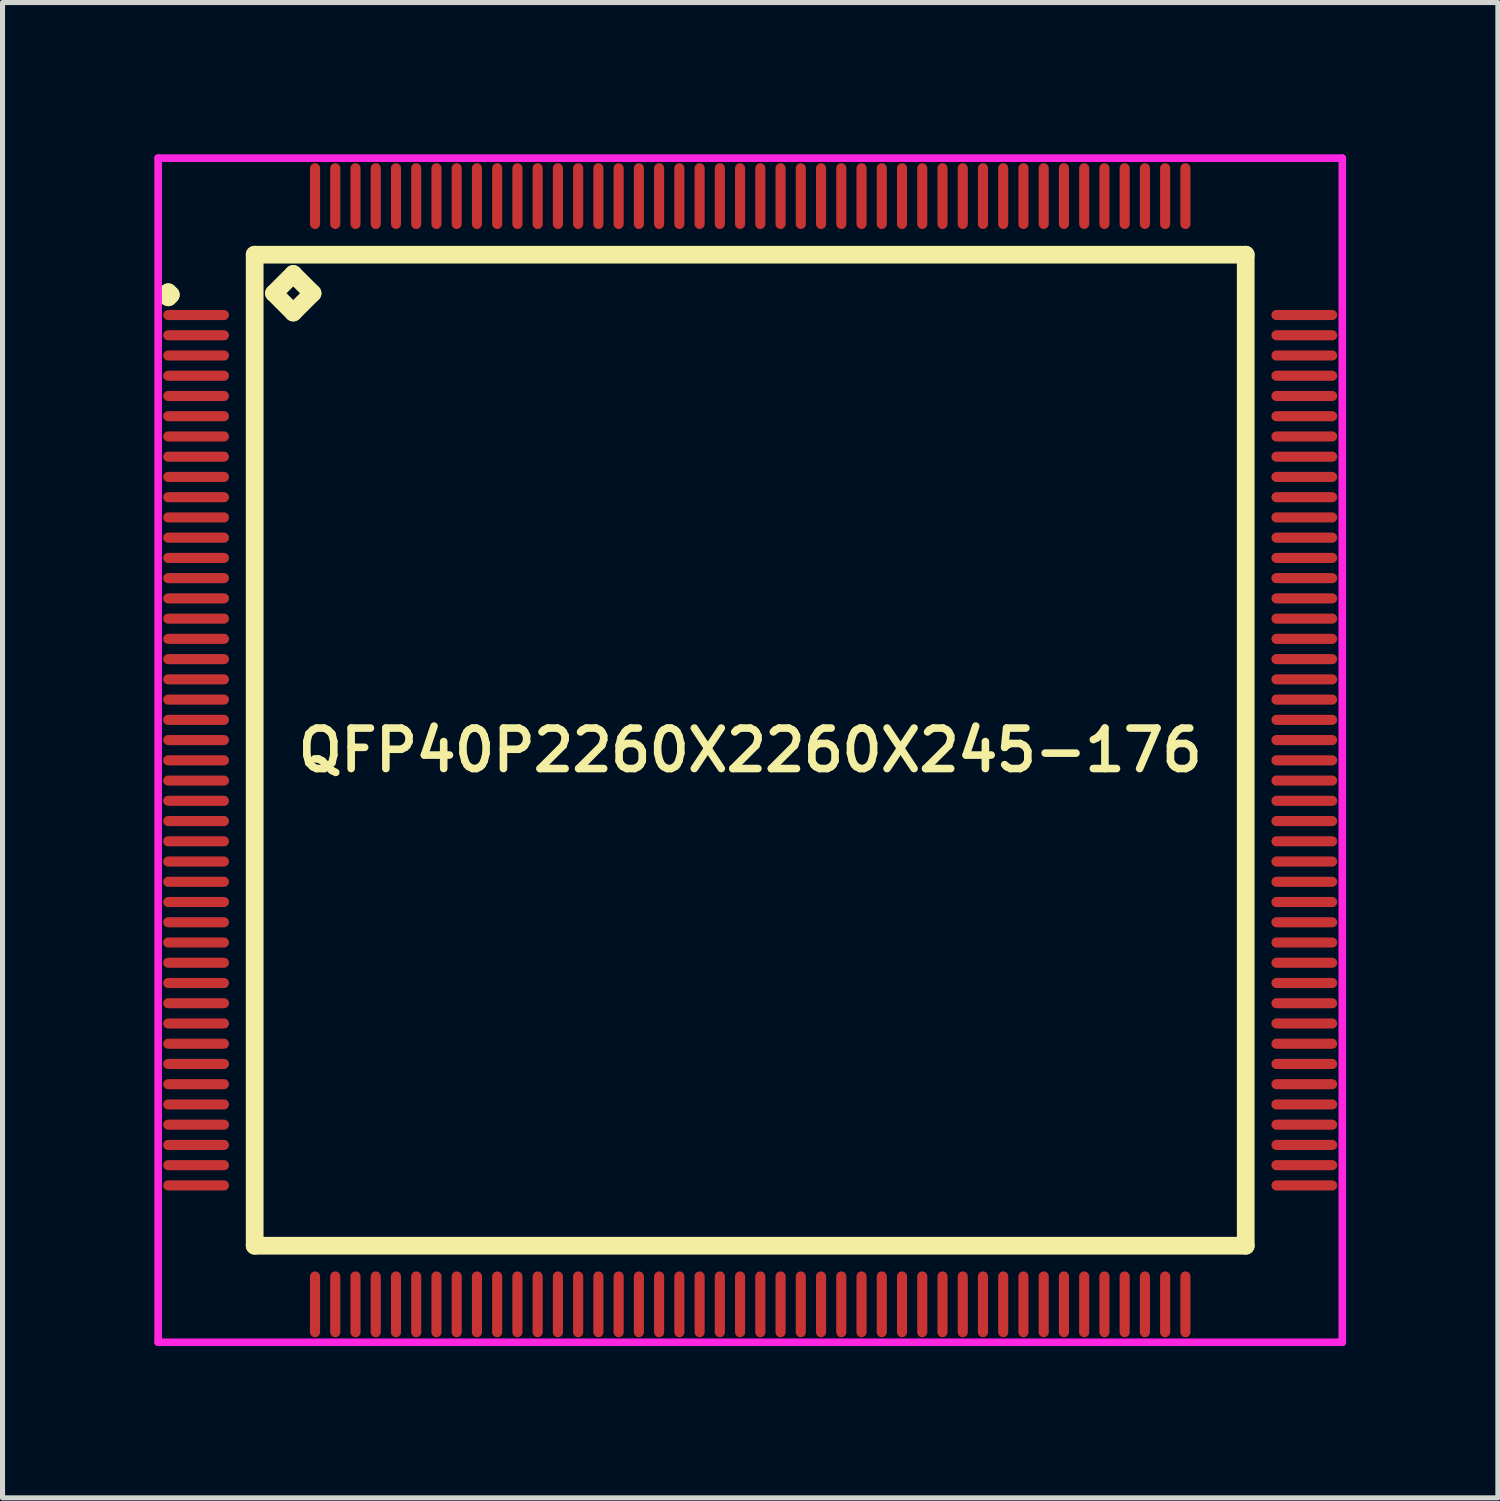
<source format=kicad_pcb>
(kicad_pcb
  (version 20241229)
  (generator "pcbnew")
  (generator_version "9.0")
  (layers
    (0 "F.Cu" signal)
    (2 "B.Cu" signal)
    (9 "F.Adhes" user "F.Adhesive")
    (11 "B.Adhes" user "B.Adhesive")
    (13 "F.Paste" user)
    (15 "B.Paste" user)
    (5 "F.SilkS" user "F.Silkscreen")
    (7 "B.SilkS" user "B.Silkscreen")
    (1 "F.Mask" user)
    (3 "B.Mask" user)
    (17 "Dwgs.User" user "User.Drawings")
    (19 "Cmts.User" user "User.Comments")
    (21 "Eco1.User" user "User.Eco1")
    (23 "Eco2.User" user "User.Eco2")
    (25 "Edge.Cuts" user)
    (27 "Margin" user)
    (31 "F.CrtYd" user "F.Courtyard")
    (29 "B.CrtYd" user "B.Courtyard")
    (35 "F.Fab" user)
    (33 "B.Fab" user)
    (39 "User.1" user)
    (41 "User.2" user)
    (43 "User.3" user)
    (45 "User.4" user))
  (footprint "QFP40P2260X2260X245-176"
    (layer "F.Cu")
    (at 11.775 11.775)
    (property "Reference" "QFP40P2260X2260X245-176" (at 0 0 0) (layer "F.SilkS") (effects (font (size 0.8 0.8) (thickness 0.15))))
    (attr smd)
    (fp_line (start -11.55 -9) (end -11.5 -9.05) (stroke (width 0.35) (type solid)) (layer "F.SilkS"))
    (fp_line (start -11.5 -9.05) (end -11.45 -9) (stroke (width 0.35) (type solid)) (layer "F.SilkS"))
    (fp_line (start -11.5 -8.95) (end -11.55 -9) (stroke (width 0.35) (type solid)) (layer "F.SilkS"))
    (fp_line (start -11.45 -9) (end -11.5 -8.95) (stroke (width 0.35) (type solid)) (layer "F.SilkS"))
    (fp_line (start -9.792 -9.792) (end -9.792 9.792) (stroke (width 0.35) (type solid)) (layer "F.SilkS"))
    (fp_line (start -9.792 9.792) (end 9.792 9.792) (stroke (width 0.35) (type solid)) (layer "F.SilkS"))
    (fp_line (start -9.411 -9.03) (end -9.03 -9.411) (stroke (width 0.35) (type solid)) (layer "F.SilkS"))
    (fp_line (start -9.03 -9.411) (end -8.649 -9.03) (stroke (width 0.35) (type solid)) (layer "F.SilkS"))
    (fp_line (start -9.03 -8.649) (end -9.411 -9.03) (stroke (width 0.35) (type solid)) (layer "F.SilkS"))
    (fp_line (start -8.649 -9.03) (end -9.03 -8.649) (stroke (width 0.35) (type solid)) (layer "F.SilkS"))
    (fp_line (start 9.792 -9.792) (end -9.792 -9.792) (stroke (width 0.35) (type solid)) (layer "F.SilkS"))
    (fp_line (start 9.792 9.792) (end 9.792 -9.792) (stroke (width 0.35) (type solid)) (layer "F.SilkS"))
    (fp_line (start -11.7 -11.7) (end 11.7 -11.7) (stroke (width 0.15) (type solid)) (layer "F.CrtYd"))
    (fp_line (start -11.7 11.7) (end -11.7 -11.7) (stroke (width 0.15) (type solid)) (layer "F.CrtYd"))
    (fp_line (start 11.7 -11.7) (end 11.7 11.7) (stroke (width 0.15) (type solid)) (layer "F.CrtYd"))
    (fp_line (start 11.7 11.7) (end -11.7 11.7) (stroke (width 0.15) (type solid)) (layer "F.CrtYd"))
    (pad "1" smd oval (at -10.95 -8.6) (size 1.3 0.2) (layers "F.Cu" "F.Mask" "F.Paste"))
    (pad "2" smd oval (at -10.95 -8.2) (size 1.3 0.2) (layers "F.Cu" "F.Mask" "F.Paste"))
    (pad "3" smd oval (at -10.95 -7.8) (size 1.3 0.2) (layers "F.Cu" "F.Mask" "F.Paste"))
    (pad "4" smd oval (at -10.95 -7.4) (size 1.3 0.2) (layers "F.Cu" "F.Mask" "F.Paste"))
    (pad "5" smd oval (at -10.95 -7) (size 1.3 0.2) (layers "F.Cu" "F.Mask" "F.Paste"))
    (pad "6" smd oval (at -10.95 -6.6) (size 1.3 0.2) (layers "F.Cu" "F.Mask" "F.Paste"))
    (pad "7" smd oval (at -10.95 -6.2) (size 1.3 0.2) (layers "F.Cu" "F.Mask" "F.Paste"))
    (pad "8" smd oval (at -10.95 -5.8) (size 1.3 0.2) (layers "F.Cu" "F.Mask" "F.Paste"))
    (pad "9" smd oval (at -10.95 -5.4) (size 1.3 0.2) (layers "F.Cu" "F.Mask" "F.Paste"))
    (pad "10" smd oval (at -10.95 -5) (size 1.3 0.2) (layers "F.Cu" "F.Mask" "F.Paste"))
    (pad "11" smd oval (at -10.95 -4.6) (size 1.3 0.2) (layers "F.Cu" "F.Mask" "F.Paste"))
    (pad "12" smd oval (at -10.95 -4.2) (size 1.3 0.2) (layers "F.Cu" "F.Mask" "F.Paste"))
    (pad "13" smd oval (at -10.95 -3.8) (size 1.3 0.2) (layers "F.Cu" "F.Mask" "F.Paste"))
    (pad "14" smd oval (at -10.95 -3.4) (size 1.3 0.2) (layers "F.Cu" "F.Mask" "F.Paste"))
    (pad "15" smd oval (at -10.95 -3) (size 1.3 0.2) (layers "F.Cu" "F.Mask" "F.Paste"))
    (pad "16" smd oval (at -10.95 -2.6) (size 1.3 0.2) (layers "F.Cu" "F.Mask" "F.Paste"))
    (pad "17" smd oval (at -10.95 -2.2) (size 1.3 0.2) (layers "F.Cu" "F.Mask" "F.Paste"))
    (pad "18" smd oval (at -10.95 -1.8) (size 1.3 0.2) (layers "F.Cu" "F.Mask" "F.Paste"))
    (pad "19" smd oval (at -10.95 -1.4) (size 1.3 0.2) (layers "F.Cu" "F.Mask" "F.Paste"))
    (pad "20" smd oval (at -10.95 -1) (size 1.3 0.2) (layers "F.Cu" "F.Mask" "F.Paste"))
    (pad "21" smd oval (at -10.95 -0.6) (size 1.3 0.2) (layers "F.Cu" "F.Mask" "F.Paste"))
    (pad "22" smd oval (at -10.95 -0.2) (size 1.3 0.2) (layers "F.Cu" "F.Mask" "F.Paste"))
    (pad "23" smd oval (at -10.95 0.2) (size 1.3 0.2) (layers "F.Cu" "F.Mask" "F.Paste"))
    (pad "24" smd oval (at -10.95 0.6) (size 1.3 0.2) (layers "F.Cu" "F.Mask" "F.Paste"))
    (pad "25" smd oval (at -10.95 1) (size 1.3 0.2) (layers "F.Cu" "F.Mask" "F.Paste"))
    (pad "26" smd oval (at -10.95 1.4) (size 1.3 0.2) (layers "F.Cu" "F.Mask" "F.Paste"))
    (pad "27" smd oval (at -10.95 1.8) (size 1.3 0.2) (layers "F.Cu" "F.Mask" "F.Paste"))
    (pad "28" smd oval (at -10.95 2.2) (size 1.3 0.2) (layers "F.Cu" "F.Mask" "F.Paste"))
    (pad "29" smd oval (at -10.95 2.6) (size 1.3 0.2) (layers "F.Cu" "F.Mask" "F.Paste"))
    (pad "30" smd oval (at -10.95 3) (size 1.3 0.2) (layers "F.Cu" "F.Mask" "F.Paste"))
    (pad "31" smd oval (at -10.95 3.4) (size 1.3 0.2) (layers "F.Cu" "F.Mask" "F.Paste"))
    (pad "32" smd oval (at -10.95 3.8) (size 1.3 0.2) (layers "F.Cu" "F.Mask" "F.Paste"))
    (pad "33" smd oval (at -10.95 4.2) (size 1.3 0.2) (layers "F.Cu" "F.Mask" "F.Paste"))
    (pad "34" smd oval (at -10.95 4.6) (size 1.3 0.2) (layers "F.Cu" "F.Mask" "F.Paste"))
    (pad "35" smd oval (at -10.95 5) (size 1.3 0.2) (layers "F.Cu" "F.Mask" "F.Paste"))
    (pad "36" smd oval (at -10.95 5.4) (size 1.3 0.2) (layers "F.Cu" "F.Mask" "F.Paste"))
    (pad "37" smd oval (at -10.95 5.8) (size 1.3 0.2) (layers "F.Cu" "F.Mask" "F.Paste"))
    (pad "38" smd oval (at -10.95 6.2) (size 1.3 0.2) (layers "F.Cu" "F.Mask" "F.Paste"))
    (pad "39" smd oval (at -10.95 6.6) (size 1.3 0.2) (layers "F.Cu" "F.Mask" "F.Paste"))
    (pad "40" smd oval (at -10.95 7) (size 1.3 0.2) (layers "F.Cu" "F.Mask" "F.Paste"))
    (pad "41" smd oval (at -10.95 7.4) (size 1.3 0.2) (layers "F.Cu" "F.Mask" "F.Paste"))
    (pad "42" smd oval (at -10.95 7.8) (size 1.3 0.2) (layers "F.Cu" "F.Mask" "F.Paste"))
    (pad "43" smd oval (at -10.95 8.2) (size 1.3 0.2) (layers "F.Cu" "F.Mask" "F.Paste"))
    (pad "44" smd oval (at -10.95 8.6) (size 1.3 0.2) (layers "F.Cu" "F.Mask" "F.Paste"))
    (pad "45" smd oval (at -8.6 10.95) (size 0.2 1.3) (layers "F.Cu" "F.Mask" "F.Paste"))
    (pad "46" smd oval (at -8.2 10.95) (size 0.2 1.3) (layers "F.Cu" "F.Mask" "F.Paste"))
    (pad "47" smd oval (at -7.8 10.95) (size 0.2 1.3) (layers "F.Cu" "F.Mask" "F.Paste"))
    (pad "48" smd oval (at -7.4 10.95) (size 0.2 1.3) (layers "F.Cu" "F.Mask" "F.Paste"))
    (pad "49" smd oval (at -7 10.95) (size 0.2 1.3) (layers "F.Cu" "F.Mask" "F.Paste"))
    (pad "50" smd oval (at -6.6 10.95) (size 0.2 1.3) (layers "F.Cu" "F.Mask" "F.Paste"))
    (pad "51" smd oval (at -6.2 10.95) (size 0.2 1.3) (layers "F.Cu" "F.Mask" "F.Paste"))
    (pad "52" smd oval (at -5.8 10.95) (size 0.2 1.3) (layers "F.Cu" "F.Mask" "F.Paste"))
    (pad "53" smd oval (at -5.4 10.95) (size 0.2 1.3) (layers "F.Cu" "F.Mask" "F.Paste"))
    (pad "54" smd oval (at -5 10.95) (size 0.2 1.3) (layers "F.Cu" "F.Mask" "F.Paste"))
    (pad "55" smd oval (at -4.6 10.95) (size 0.2 1.3) (layers "F.Cu" "F.Mask" "F.Paste"))
    (pad "56" smd oval (at -4.2 10.95) (size 0.2 1.3) (layers "F.Cu" "F.Mask" "F.Paste"))
    (pad "57" smd oval (at -3.8 10.95) (size 0.2 1.3) (layers "F.Cu" "F.Mask" "F.Paste"))
    (pad "58" smd oval (at -3.4 10.95) (size 0.2 1.3) (layers "F.Cu" "F.Mask" "F.Paste"))
    (pad "59" smd oval (at -3 10.95) (size 0.2 1.3) (layers "F.Cu" "F.Mask" "F.Paste"))
    (pad "60" smd oval (at -2.6 10.95) (size 0.2 1.3) (layers "F.Cu" "F.Mask" "F.Paste"))
    (pad "61" smd oval (at -2.2 10.95) (size 0.2 1.3) (layers "F.Cu" "F.Mask" "F.Paste"))
    (pad "62" smd oval (at -1.8 10.95) (size 0.2 1.3) (layers "F.Cu" "F.Mask" "F.Paste"))
    (pad "63" smd oval (at -1.4 10.95) (size 0.2 1.3) (layers "F.Cu" "F.Mask" "F.Paste"))
    (pad "64" smd oval (at -1 10.95) (size 0.2 1.3) (layers "F.Cu" "F.Mask" "F.Paste"))
    (pad "65" smd oval (at -0.6 10.95) (size 0.2 1.3) (layers "F.Cu" "F.Mask" "F.Paste"))
    (pad "66" smd oval (at -0.2 10.95) (size 0.2 1.3) (layers "F.Cu" "F.Mask" "F.Paste"))
    (pad "67" smd oval (at 0.2 10.95) (size 0.2 1.3) (layers "F.Cu" "F.Mask" "F.Paste"))
    (pad "68" smd oval (at 0.6 10.95) (size 0.2 1.3) (layers "F.Cu" "F.Mask" "F.Paste"))
    (pad "69" smd oval (at 1 10.95) (size 0.2 1.3) (layers "F.Cu" "F.Mask" "F.Paste"))
    (pad "70" smd oval (at 1.4 10.95) (size 0.2 1.3) (layers "F.Cu" "F.Mask" "F.Paste"))
    (pad "71" smd oval (at 1.8 10.95) (size 0.2 1.3) (layers "F.Cu" "F.Mask" "F.Paste"))
    (pad "72" smd oval (at 2.2 10.95) (size 0.2 1.3) (layers "F.Cu" "F.Mask" "F.Paste"))
    (pad "73" smd oval (at 2.6 10.95) (size 0.2 1.3) (layers "F.Cu" "F.Mask" "F.Paste"))
    (pad "74" smd oval (at 3 10.95) (size 0.2 1.3) (layers "F.Cu" "F.Mask" "F.Paste"))
    (pad "75" smd oval (at 3.4 10.95) (size 0.2 1.3) (layers "F.Cu" "F.Mask" "F.Paste"))
    (pad "76" smd oval (at 3.8 10.95) (size 0.2 1.3) (layers "F.Cu" "F.Mask" "F.Paste"))
    (pad "77" smd oval (at 4.2 10.95) (size 0.2 1.3) (layers "F.Cu" "F.Mask" "F.Paste"))
    (pad "78" smd oval (at 4.6 10.95) (size 0.2 1.3) (layers "F.Cu" "F.Mask" "F.Paste"))
    (pad "79" smd oval (at 5 10.95) (size 0.2 1.3) (layers "F.Cu" "F.Mask" "F.Paste"))
    (pad "80" smd oval (at 5.4 10.95) (size 0.2 1.3) (layers "F.Cu" "F.Mask" "F.Paste"))
    (pad "81" smd oval (at 5.8 10.95) (size 0.2 1.3) (layers "F.Cu" "F.Mask" "F.Paste"))
    (pad "82" smd oval (at 6.2 10.95) (size 0.2 1.3) (layers "F.Cu" "F.Mask" "F.Paste"))
    (pad "83" smd oval (at 6.6 10.95) (size 0.2 1.3) (layers "F.Cu" "F.Mask" "F.Paste"))
    (pad "84" smd oval (at 7 10.95) (size 0.2 1.3) (layers "F.Cu" "F.Mask" "F.Paste"))
    (pad "85" smd oval (at 7.4 10.95) (size 0.2 1.3) (layers "F.Cu" "F.Mask" "F.Paste"))
    (pad "86" smd oval (at 7.8 10.95) (size 0.2 1.3) (layers "F.Cu" "F.Mask" "F.Paste"))
    (pad "87" smd oval (at 8.2 10.95) (size 0.2 1.3) (layers "F.Cu" "F.Mask" "F.Paste"))
    (pad "88" smd oval (at 8.6 10.95) (size 0.2 1.3) (layers "F.Cu" "F.Mask" "F.Paste"))
    (pad "89" smd oval (at 10.95 8.6) (size 1.3 0.2) (layers "F.Cu" "F.Mask" "F.Paste"))
    (pad "90" smd oval (at 10.95 8.2) (size 1.3 0.2) (layers "F.Cu" "F.Mask" "F.Paste"))
    (pad "91" smd oval (at 10.95 7.8) (size 1.3 0.2) (layers "F.Cu" "F.Mask" "F.Paste"))
    (pad "92" smd oval (at 10.95 7.4) (size 1.3 0.2) (layers "F.Cu" "F.Mask" "F.Paste"))
    (pad "93" smd oval (at 10.95 7) (size 1.3 0.2) (layers "F.Cu" "F.Mask" "F.Paste"))
    (pad "94" smd oval (at 10.95 6.6) (size 1.3 0.2) (layers "F.Cu" "F.Mask" "F.Paste"))
    (pad "95" smd oval (at 10.95 6.2) (size 1.3 0.2) (layers "F.Cu" "F.Mask" "F.Paste"))
    (pad "96" smd oval (at 10.95 5.8) (size 1.3 0.2) (layers "F.Cu" "F.Mask" "F.Paste"))
    (pad "97" smd oval (at 10.95 5.4) (size 1.3 0.2) (layers "F.Cu" "F.Mask" "F.Paste"))
    (pad "98" smd oval (at 10.95 5) (size 1.3 0.2) (layers "F.Cu" "F.Mask" "F.Paste"))
    (pad "99" smd oval (at 10.95 4.6) (size 1.3 0.2) (layers "F.Cu" "F.Mask" "F.Paste"))
    (pad "100" smd oval (at 10.95 4.2) (size 1.3 0.2) (layers "F.Cu" "F.Mask" "F.Paste"))
    (pad "101" smd oval (at 10.95 3.8) (size 1.3 0.2) (layers "F.Cu" "F.Mask" "F.Paste"))
    (pad "102" smd oval (at 10.95 3.4) (size 1.3 0.2) (layers "F.Cu" "F.Mask" "F.Paste"))
    (pad "103" smd oval (at 10.95 3) (size 1.3 0.2) (layers "F.Cu" "F.Mask" "F.Paste"))
    (pad "104" smd oval (at 10.95 2.6) (size 1.3 0.2) (layers "F.Cu" "F.Mask" "F.Paste"))
    (pad "105" smd oval (at 10.95 2.2) (size 1.3 0.2) (layers "F.Cu" "F.Mask" "F.Paste"))
    (pad "106" smd oval (at 10.95 1.8) (size 1.3 0.2) (layers "F.Cu" "F.Mask" "F.Paste"))
    (pad "107" smd oval (at 10.95 1.4) (size 1.3 0.2) (layers "F.Cu" "F.Mask" "F.Paste"))
    (pad "108" smd oval (at 10.95 1) (size 1.3 0.2) (layers "F.Cu" "F.Mask" "F.Paste"))
    (pad "109" smd oval (at 10.95 0.6) (size 1.3 0.2) (layers "F.Cu" "F.Mask" "F.Paste"))
    (pad "110" smd oval (at 10.95 0.2) (size 1.3 0.2) (layers "F.Cu" "F.Mask" "F.Paste"))
    (pad "111" smd oval (at 10.95 -0.2) (size 1.3 0.2) (layers "F.Cu" "F.Mask" "F.Paste"))
    (pad "112" smd oval (at 10.95 -0.6) (size 1.3 0.2) (layers "F.Cu" "F.Mask" "F.Paste"))
    (pad "113" smd oval (at 10.95 -1) (size 1.3 0.2) (layers "F.Cu" "F.Mask" "F.Paste"))
    (pad "114" smd oval (at 10.95 -1.4) (size 1.3 0.2) (layers "F.Cu" "F.Mask" "F.Paste"))
    (pad "115" smd oval (at 10.95 -1.8) (size 1.3 0.2) (layers "F.Cu" "F.Mask" "F.Paste"))
    (pad "116" smd oval (at 10.95 -2.2) (size 1.3 0.2) (layers "F.Cu" "F.Mask" "F.Paste"))
    (pad "117" smd oval (at 10.95 -2.6) (size 1.3 0.2) (layers "F.Cu" "F.Mask" "F.Paste"))
    (pad "118" smd oval (at 10.95 -3) (size 1.3 0.2) (layers "F.Cu" "F.Mask" "F.Paste"))
    (pad "119" smd oval (at 10.95 -3.4) (size 1.3 0.2) (layers "F.Cu" "F.Mask" "F.Paste"))
    (pad "120" smd oval (at 10.95 -3.8) (size 1.3 0.2) (layers "F.Cu" "F.Mask" "F.Paste"))
    (pad "121" smd oval (at 10.95 -4.2) (size 1.3 0.2) (layers "F.Cu" "F.Mask" "F.Paste"))
    (pad "122" smd oval (at 10.95 -4.6) (size 1.3 0.2) (layers "F.Cu" "F.Mask" "F.Paste"))
    (pad "123" smd oval (at 10.95 -5) (size 1.3 0.2) (layers "F.Cu" "F.Mask" "F.Paste"))
    (pad "124" smd oval (at 10.95 -5.4) (size 1.3 0.2) (layers "F.Cu" "F.Mask" "F.Paste"))
    (pad "125" smd oval (at 10.95 -5.8) (size 1.3 0.2) (layers "F.Cu" "F.Mask" "F.Paste"))
    (pad "126" smd oval (at 10.95 -6.2) (size 1.3 0.2) (layers "F.Cu" "F.Mask" "F.Paste"))
    (pad "127" smd oval (at 10.95 -6.6) (size 1.3 0.2) (layers "F.Cu" "F.Mask" "F.Paste"))
    (pad "128" smd oval (at 10.95 -7) (size 1.3 0.2) (layers "F.Cu" "F.Mask" "F.Paste"))
    (pad "129" smd oval (at 10.95 -7.4) (size 1.3 0.2) (layers "F.Cu" "F.Mask" "F.Paste"))
    (pad "130" smd oval (at 10.95 -7.8) (size 1.3 0.2) (layers "F.Cu" "F.Mask" "F.Paste"))
    (pad "131" smd oval (at 10.95 -8.2) (size 1.3 0.2) (layers "F.Cu" "F.Mask" "F.Paste"))
    (pad "132" smd oval (at 10.95 -8.6) (size 1.3 0.2) (layers "F.Cu" "F.Mask" "F.Paste"))
    (pad "133" smd oval (at 8.6 -10.95) (size 0.2 1.3) (layers "F.Cu" "F.Mask" "F.Paste"))
    (pad "134" smd oval (at 8.2 -10.95) (size 0.2 1.3) (layers "F.Cu" "F.Mask" "F.Paste"))
    (pad "135" smd oval (at 7.8 -10.95) (size 0.2 1.3) (layers "F.Cu" "F.Mask" "F.Paste"))
    (pad "136" smd oval (at 7.4 -10.95) (size 0.2 1.3) (layers "F.Cu" "F.Mask" "F.Paste"))
    (pad "137" smd oval (at 7 -10.95) (size 0.2 1.3) (layers "F.Cu" "F.Mask" "F.Paste"))
    (pad "138" smd oval (at 6.6 -10.95) (size 0.2 1.3) (layers "F.Cu" "F.Mask" "F.Paste"))
    (pad "139" smd oval (at 6.2 -10.95) (size 0.2 1.3) (layers "F.Cu" "F.Mask" "F.Paste"))
    (pad "140" smd oval (at 5.8 -10.95) (size 0.2 1.3) (layers "F.Cu" "F.Mask" "F.Paste"))
    (pad "141" smd oval (at 5.4 -10.95) (size 0.2 1.3) (layers "F.Cu" "F.Mask" "F.Paste"))
    (pad "142" smd oval (at 5 -10.95) (size 0.2 1.3) (layers "F.Cu" "F.Mask" "F.Paste"))
    (pad "143" smd oval (at 4.6 -10.95) (size 0.2 1.3) (layers "F.Cu" "F.Mask" "F.Paste"))
    (pad "144" smd oval (at 4.2 -10.95) (size 0.2 1.3) (layers "F.Cu" "F.Mask" "F.Paste"))
    (pad "145" smd oval (at 3.8 -10.95) (size 0.2 1.3) (layers "F.Cu" "F.Mask" "F.Paste"))
    (pad "146" smd oval (at 3.4 -10.95) (size 0.2 1.3) (layers "F.Cu" "F.Mask" "F.Paste"))
    (pad "147" smd oval (at 3 -10.95) (size 0.2 1.3) (layers "F.Cu" "F.Mask" "F.Paste"))
    (pad "148" smd oval (at 2.6 -10.95) (size 0.2 1.3) (layers "F.Cu" "F.Mask" "F.Paste"))
    (pad "149" smd oval (at 2.2 -10.95) (size 0.2 1.3) (layers "F.Cu" "F.Mask" "F.Paste"))
    (pad "150" smd oval (at 1.8 -10.95) (size 0.2 1.3) (layers "F.Cu" "F.Mask" "F.Paste"))
    (pad "151" smd oval (at 1.4 -10.95) (size 0.2 1.3) (layers "F.Cu" "F.Mask" "F.Paste"))
    (pad "152" smd oval (at 1 -10.95) (size 0.2 1.3) (layers "F.Cu" "F.Mask" "F.Paste"))
    (pad "153" smd oval (at 0.6 -10.95) (size 0.2 1.3) (layers "F.Cu" "F.Mask" "F.Paste"))
    (pad "154" smd oval (at 0.2 -10.95) (size 0.2 1.3) (layers "F.Cu" "F.Mask" "F.Paste"))
    (pad "155" smd oval (at -0.2 -10.95) (size 0.2 1.3) (layers "F.Cu" "F.Mask" "F.Paste"))
    (pad "156" smd oval (at -0.6 -10.95) (size 0.2 1.3) (layers "F.Cu" "F.Mask" "F.Paste"))
    (pad "157" smd oval (at -1 -10.95) (size 0.2 1.3) (layers "F.Cu" "F.Mask" "F.Paste"))
    (pad "158" smd oval (at -1.4 -10.95) (size 0.2 1.3) (layers "F.Cu" "F.Mask" "F.Paste"))
    (pad "159" smd oval (at -1.8 -10.95) (size 0.2 1.3) (layers "F.Cu" "F.Mask" "F.Paste"))
    (pad "160" smd oval (at -2.2 -10.95) (size 0.2 1.3) (layers "F.Cu" "F.Mask" "F.Paste"))
    (pad "161" smd oval (at -2.6 -10.95) (size 0.2 1.3) (layers "F.Cu" "F.Mask" "F.Paste"))
    (pad "162" smd oval (at -3 -10.95) (size 0.2 1.3) (layers "F.Cu" "F.Mask" "F.Paste"))
    (pad "163" smd oval (at -3.4 -10.95) (size 0.2 1.3) (layers "F.Cu" "F.Mask" "F.Paste"))
    (pad "164" smd oval (at -3.8 -10.95) (size 0.2 1.3) (layers "F.Cu" "F.Mask" "F.Paste"))
    (pad "165" smd oval (at -4.2 -10.95) (size 0.2 1.3) (layers "F.Cu" "F.Mask" "F.Paste"))
    (pad "166" smd oval (at -4.6 -10.95) (size 0.2 1.3) (layers "F.Cu" "F.Mask" "F.Paste"))
    (pad "167" smd oval (at -5 -10.95) (size 0.2 1.3) (layers "F.Cu" "F.Mask" "F.Paste"))
    (pad "168" smd oval (at -5.4 -10.95) (size 0.2 1.3) (layers "F.Cu" "F.Mask" "F.Paste"))
    (pad "169" smd oval (at -5.8 -10.95) (size 0.2 1.3) (layers "F.Cu" "F.Mask" "F.Paste"))
    (pad "170" smd oval (at -6.2 -10.95) (size 0.2 1.3) (layers "F.Cu" "F.Mask" "F.Paste"))
    (pad "171" smd oval (at -6.6 -10.95) (size 0.2 1.3) (layers "F.Cu" "F.Mask" "F.Paste"))
    (pad "172" smd oval (at -7 -10.95) (size 0.2 1.3) (layers "F.Cu" "F.Mask" "F.Paste"))
    (pad "173" smd oval (at -7.4 -10.95) (size 0.2 1.3) (layers "F.Cu" "F.Mask" "F.Paste"))
    (pad "174" smd oval (at -7.8 -10.95) (size 0.2 1.3) (layers "F.Cu" "F.Mask" "F.Paste"))
    (pad "175" smd oval (at -8.2 -10.95) (size 0.2 1.3) (layers "F.Cu" "F.Mask" "F.Paste"))
    (pad "176" smd oval (at -8.6 -10.95) (size 0.2 1.3) (layers "F.Cu" "F.Mask" "F.Paste")))
  (gr_rect
    (start -3 -3)
    (end 26.55 26.55)
    (stroke (width 0.1) (type default))
    (fill no)
    (layer "Edge.Cuts")))
</source>
